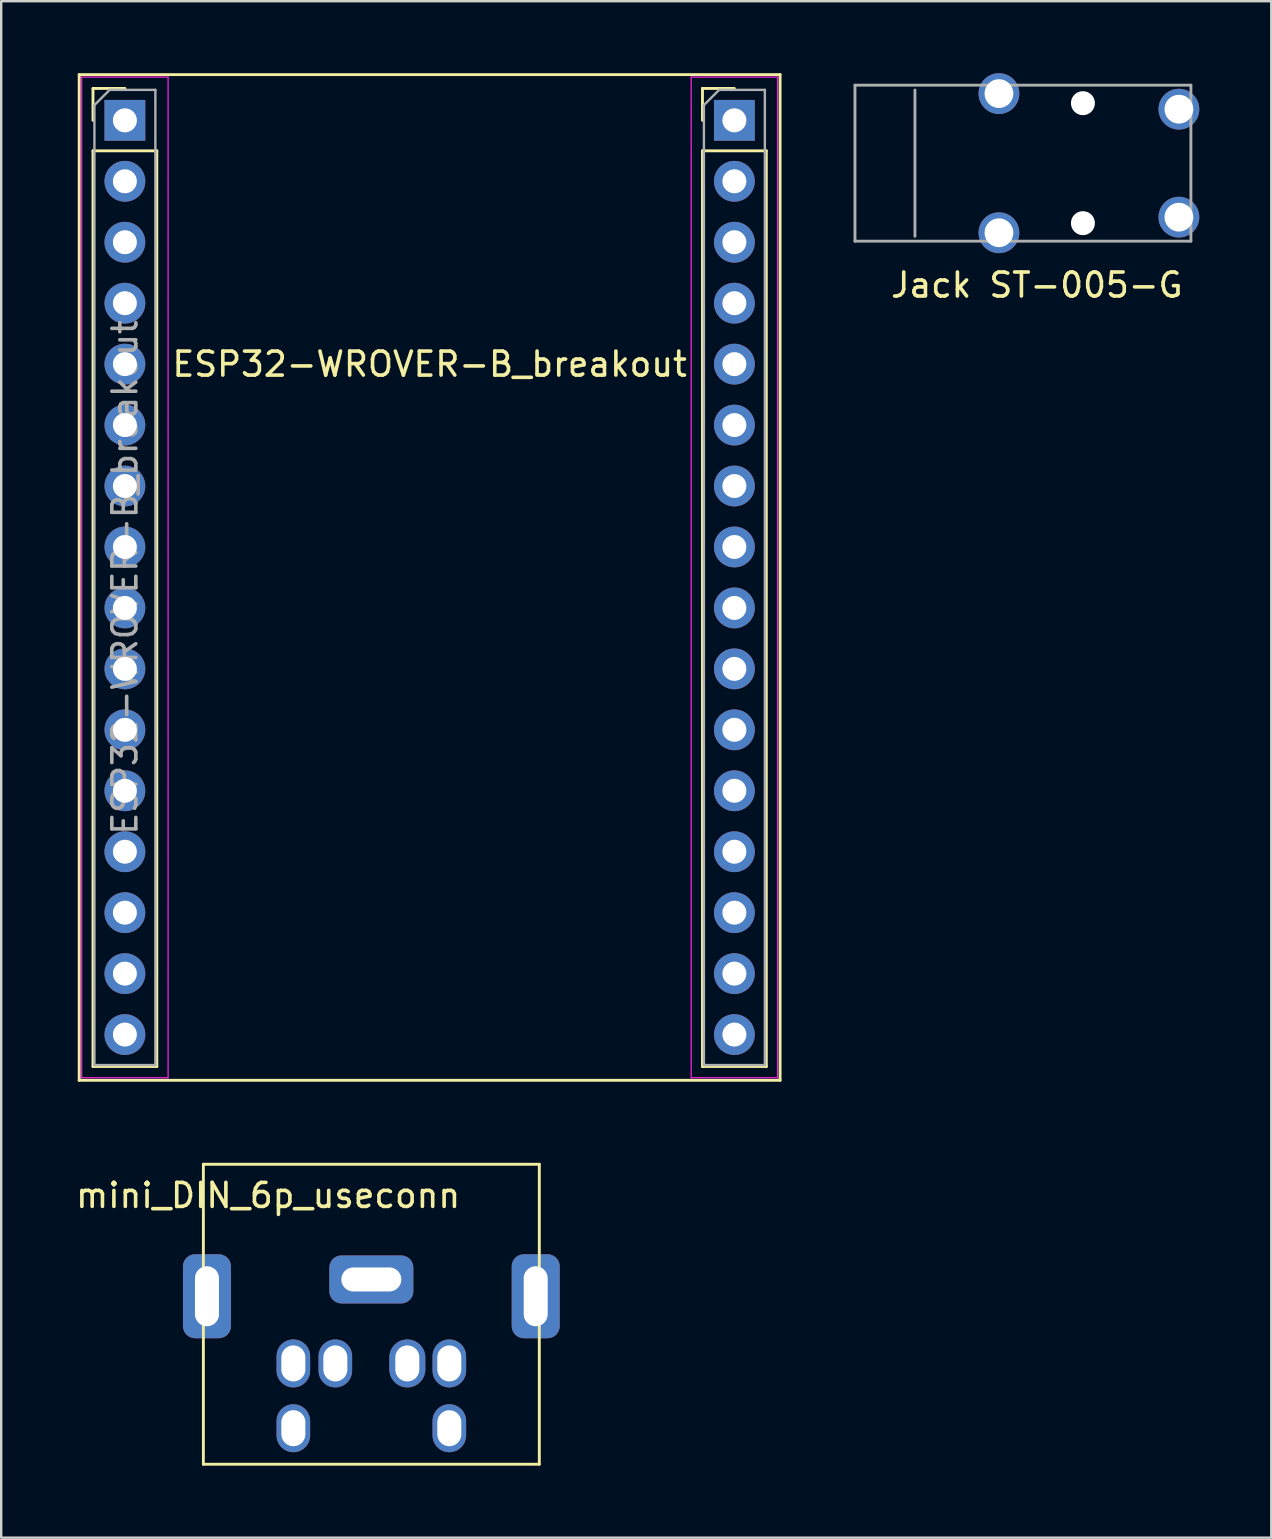
<source format=kicad_pcb>
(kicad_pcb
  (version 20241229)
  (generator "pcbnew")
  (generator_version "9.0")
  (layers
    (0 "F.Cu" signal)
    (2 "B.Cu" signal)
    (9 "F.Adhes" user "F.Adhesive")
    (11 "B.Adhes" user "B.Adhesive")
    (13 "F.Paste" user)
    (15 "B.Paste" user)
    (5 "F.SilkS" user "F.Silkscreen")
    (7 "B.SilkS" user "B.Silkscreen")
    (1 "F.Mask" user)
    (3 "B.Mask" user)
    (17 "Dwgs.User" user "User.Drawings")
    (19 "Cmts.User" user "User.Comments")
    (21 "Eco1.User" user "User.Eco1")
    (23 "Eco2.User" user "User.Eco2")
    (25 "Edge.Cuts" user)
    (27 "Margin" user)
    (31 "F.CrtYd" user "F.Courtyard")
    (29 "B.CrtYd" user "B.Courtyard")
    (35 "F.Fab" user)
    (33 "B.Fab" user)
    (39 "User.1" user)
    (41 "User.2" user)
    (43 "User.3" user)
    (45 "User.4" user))
  (footprint "ESP32-WROVER-B_breakout"
    (layer "F.Cu")
    (at 0.25 41.97)
    (property "Reference" "ESP32-WROVER-B_breakout" (at 14.605 -29.845 0) (layer "F.SilkS") (effects (font (size 1 1) (thickness 0.15))))
    (attr through_hole)
    (fp_line (start 0 -41.91) (end 29.21 -41.91) (stroke (width 0.12) (type solid)) (layer "F.SilkS"))
    (fp_line (start 0 0) (end 0 -41.91) (stroke (width 0.12) (type solid)) (layer "F.SilkS"))
    (fp_line (start 0.575 -41.335) (end 1.905 -41.335) (stroke (width 0.12) (type solid)) (layer "F.SilkS"))
    (fp_line (start 0.575 -40.005) (end 0.575 -41.335) (stroke (width 0.12) (type solid)) (layer "F.SilkS"))
    (fp_line (start 0.575 -38.735) (end 0.575 -0.575) (stroke (width 0.12) (type solid)) (layer "F.SilkS"))
    (fp_line (start 0.575 -38.735) (end 3.235 -38.735) (stroke (width 0.12) (type solid)) (layer "F.SilkS"))
    (fp_line (start 0.575 -0.575) (end 3.235 -0.575) (stroke (width 0.12) (type solid)) (layer "F.SilkS"))
    (fp_line (start 3.235 -38.735) (end 3.235 -0.575) (stroke (width 0.12) (type solid)) (layer "F.SilkS"))
    (fp_line (start 25.975 -41.335) (end 27.305 -41.335) (stroke (width 0.12) (type solid)) (layer "F.SilkS"))
    (fp_line (start 25.975 -40.005) (end 25.975 -41.335) (stroke (width 0.12) (type solid)) (layer "F.SilkS"))
    (fp_line (start 25.975 -38.735) (end 25.975 -0.575) (stroke (width 0.12) (type solid)) (layer "F.SilkS"))
    (fp_line (start 25.975 -38.735) (end 28.635 -38.735) (stroke (width 0.12) (type solid)) (layer "F.SilkS"))
    (fp_line (start 25.975 -0.575) (end 28.635 -0.575) (stroke (width 0.12) (type solid)) (layer "F.SilkS"))
    (fp_line (start 28.635 -38.735) (end 28.635 -0.575) (stroke (width 0.12) (type solid)) (layer "F.SilkS"))
    (fp_line (start 29.21 -41.91) (end 29.21 0) (stroke (width 0.12) (type solid)) (layer "F.SilkS"))
    (fp_line (start 29.21 0) (end 0 0) (stroke (width 0.12) (type solid)) (layer "F.SilkS"))
    (fp_line (start 0.105 -41.805) (end 0.105 -0.105) (stroke (width 0.05) (type solid)) (layer "F.CrtYd"))
    (fp_line (start 0.105 -0.105) (end 3.705 -0.105) (stroke (width 0.05) (type solid)) (layer "F.CrtYd"))
    (fp_line (start 3.705 -41.805) (end 0.105 -41.805) (stroke (width 0.05) (type solid)) (layer "F.CrtYd"))
    (fp_line (start 3.705 -0.105) (end 3.705 -41.805) (stroke (width 0.05) (type solid)) (layer "F.CrtYd"))
    (fp_line (start 25.505 -41.805) (end 25.505 -0.105) (stroke (width 0.05) (type solid)) (layer "F.CrtYd"))
    (fp_line (start 25.505 -0.105) (end 29.105 -0.105) (stroke (width 0.05) (type solid)) (layer "F.CrtYd"))
    (fp_line (start 29.105 -41.805) (end 25.505 -41.805) (stroke (width 0.05) (type solid)) (layer "F.CrtYd"))
    (fp_line (start 29.105 -0.105) (end 29.105 -41.805) (stroke (width 0.05) (type solid)) (layer "F.CrtYd"))
    (fp_line (start 0.635 -40.64) (end 1.27 -41.275) (stroke (width 0.1) (type solid)) (layer "F.Fab"))
    (fp_line (start 0.635 -0.635) (end 0.635 -40.64) (stroke (width 0.1) (type solid)) (layer "F.Fab"))
    (fp_line (start 1.27 -41.275) (end 3.175 -41.275) (stroke (width 0.1) (type solid)) (layer "F.Fab"))
    (fp_line (start 3.175 -41.275) (end 3.175 -0.635) (stroke (width 0.1) (type solid)) (layer "F.Fab"))
    (fp_line (start 3.175 -0.635) (end 0.635 -0.635) (stroke (width 0.1) (type solid)) (layer "F.Fab"))
    (fp_line (start 26.035 -40.64) (end 26.67 -41.275) (stroke (width 0.1) (type solid)) (layer "F.Fab"))
    (fp_line (start 26.035 -0.635) (end 26.035 -40.64) (stroke (width 0.1) (type solid)) (layer "F.Fab"))
    (fp_line (start 26.67 -41.275) (end 28.575 -41.275) (stroke (width 0.1) (type solid)) (layer "F.Fab"))
    (fp_line (start 28.575 -41.275) (end 28.575 -0.635) (stroke (width 0.1) (type solid)) (layer "F.Fab"))
    (fp_line (start 28.575 -0.635) (end 26.035 -0.635) (stroke (width 0.1) (type solid)) (layer "F.Fab"))
    (fp_text user "${REFERENCE}" (at 1.905 -20.955 90) (layer "F.Fab") (effects (font (size 1 1) (thickness 0.15))))
    (pad "1" thru_hole rect (at 1.905 -40.005) (size 1.7 1.7) (drill 1) (layers "*.Cu" "*.Mask"))
    (pad "1" thru_hole oval (at 1.905 -4.445) (size 1.7 1.7) (drill 1) (layers "*.Cu" "*.Mask"))
    (pad "1" thru_hole rect (at 27.305 -40.005) (size 1.7 1.7) (drill 1) (layers "*.Cu" "*.Mask"))
    (pad "1" thru_hole oval (at 27.305 -24.765) (size 1.7 1.7) (drill 1) (layers "*.Cu" "*.Mask"))
    (pad "1" thru_hole oval (at 27.305 -14.605) (size 1.7 1.7) (drill 1) (layers "*.Cu" "*.Mask"))
    (pad "1" thru_hole oval (at 27.305 -12.065) (size 1.7 1.7) (drill 1) (layers "*.Cu" "*.Mask"))
    (pad "2" thru_hole oval (at 1.905 -37.465) (size 1.7 1.7) (drill 1) (layers "*.Cu" "*.Mask"))
    (pad "3" thru_hole oval (at 1.905 -34.925) (size 1.7 1.7) (drill 1) (layers "*.Cu" "*.Mask"))
    (pad "4" thru_hole oval (at 1.905 -32.385) (size 1.7 1.7) (drill 1) (layers "*.Cu" "*.Mask"))
    (pad "5" thru_hole oval (at 1.905 -29.845) (size 1.7 1.7) (drill 1) (layers "*.Cu" "*.Mask"))
    (pad "6" thru_hole oval (at 1.905 -27.305) (size 1.7 1.7) (drill 1) (layers "*.Cu" "*.Mask"))
    (pad "7" thru_hole oval (at 1.905 -24.765) (size 1.7 1.7) (drill 1) (layers "*.Cu" "*.Mask"))
    (pad "8" thru_hole oval (at 1.905 -22.225) (size 1.7 1.7) (drill 1) (layers "*.Cu" "*.Mask"))
    (pad "9" thru_hole oval (at 1.905 -19.685) (size 1.7 1.7) (drill 1) (layers "*.Cu" "*.Mask"))
    (pad "10" thru_hole oval (at 1.905 -17.145) (size 1.7 1.7) (drill 1) (layers "*.Cu" "*.Mask"))
    (pad "11" thru_hole oval (at 1.905 -14.605) (size 1.7 1.7) (drill 1) (layers "*.Cu" "*.Mask"))
    (pad "12" thru_hole oval (at 1.905 -12.065) (size 1.7 1.7) (drill 1) (layers "*.Cu" "*.Mask"))
    (pad "13" thru_hole oval (at 1.905 -9.525) (size 1.7 1.7) (drill 1) (layers "*.Cu" "*.Mask"))
    (pad "14" thru_hole oval (at 1.905 -6.985) (size 1.7 1.7) (drill 1) (layers "*.Cu" "*.Mask"))
    (pad "15" thru_hole oval (at 1.905 -1.905) (size 1.7 1.7) (drill 1) (layers "*.Cu" "*.Mask"))
    (pad "16" thru_hole oval (at 27.305 -37.465) (size 1.7 1.7) (drill 1) (layers "*.Cu" "*.Mask"))
    (pad "17" thru_hole oval (at 27.305 -34.925) (size 1.7 1.7) (drill 1) (layers "*.Cu" "*.Mask"))
    (pad "18" thru_hole oval (at 27.305 -32.385) (size 1.7 1.7) (drill 1) (layers "*.Cu" "*.Mask"))
    (pad "19" thru_hole oval (at 27.305 -29.845) (size 1.7 1.7) (drill 1) (layers "*.Cu" "*.Mask"))
    (pad "20" thru_hole oval (at 27.305 -27.305) (size 1.7 1.7) (drill 1) (layers "*.Cu" "*.Mask"))
    (pad "21" thru_hole oval (at 27.305 -22.225) (size 1.7 1.7) (drill 1) (layers "*.Cu" "*.Mask"))
    (pad "22" thru_hole oval (at 27.305 -19.685) (size 1.7 1.7) (drill 1) (layers "*.Cu" "*.Mask"))
    (pad "23" thru_hole oval (at 27.305 -17.145) (size 1.7 1.7) (drill 1) (layers "*.Cu" "*.Mask"))
    (pad "24" thru_hole oval (at 27.305 -9.525) (size 1.7 1.7) (drill 1) (layers "*.Cu" "*.Mask"))
    (pad "25" thru_hole oval (at 27.305 -6.985) (size 1.7 1.7) (drill 1) (layers "*.Cu" "*.Mask"))
    (pad "26" thru_hole oval (at 27.305 -4.445) (size 1.7 1.7) (drill 1) (layers "*.Cu" "*.Mask"))
    (pad "27" thru_hole oval (at 27.305 -1.905) (size 1.7 1.7) (drill 1) (layers "*.Cu" "*.Mask")))
  (footprint "mini_DIN_6p_useconn"
    (layer "F.Cu")
    (at 5.425 45.47)
    (property "Reference" "mini_DIN_6p_useconn" (at 2.7 1.3 0) (layer "F.SilkS") (effects (font (size 1 1) (thickness 0.15))))
    (attr through_hole)
    (fp_line (start 0 0) (end 0 12.5) (stroke (width 0.12) (type solid)) (layer "F.SilkS"))
    (fp_line (start 0 0) (end 14 0) (stroke (width 0.12) (type solid)) (layer "F.SilkS"))
    (fp_line (start 14 0) (end 14 12.5) (stroke (width 0.12) (type solid)) (layer "F.SilkS"))
    (fp_line (start 14 12.5) (end 0 12.5) (stroke (width 0.12) (type solid)) (layer "F.SilkS"))
    (pad "1" thru_hole oval (at 5.5 8.3 90) (size 2 1.4) (drill oval 1.5 1) (layers "*.Cu" "*.Mask"))
    (pad "2" thru_hole oval (at 8.5 8.3 90) (size 2 1.5) (drill oval 1.5 1) (layers "*.Cu" "*.Mask"))
    (pad "3" thru_hole roundrect (at 0.15 5.5 90) (size 3.5 2) (drill oval 2.5 1) (layers "*.Cu" "*.Mask") (roundrect_rratio 0.25))
    (pad "3" thru_hole oval (at 3.75 8.3 90) (size 2 1.4) (drill oval 1.5 1) (layers "*.Cu" "*.Mask"))
    (pad "3" thru_hole roundrect (at 7 4.8) (size 3.5 2) (drill oval 2.5 1) (layers "*.Cu" "*.Mask") (roundrect_rratio 0.25))
    (pad "3" thru_hole roundrect (at 13.85 5.5 90) (size 3.5 2) (drill oval 2.5 1) (layers "*.Cu" "*.Mask") (roundrect_rratio 0.25))
    (pad "4" thru_hole oval (at 10.25 8.3 90) (size 2 1.4) (drill oval 1.5 1) (layers "*.Cu" "*.Mask"))
    (pad "5" thru_hole oval (at 3.75 11 90) (size 2 1.4) (drill oval 1.5 1) (layers "*.Cu" "*.Mask"))
    (pad "6" thru_hole oval (at 10.25 11 90) (size 2 1.4) (drill oval 1.5 1) (layers "*.Cu" "*.Mask")))
  (footprint "Jack ST-005-G"
    (layer "F.Cu")
    (at 35.08 3.75)
    (property "Reference" "Jack ST-005-G" (at 5.08 5.08 0) (layer "F.SilkS") (effects (font (size 1 1) (thickness 0.15))))
    (attr through_hole)
    (fp_line (start -2.5 -3.25) (end -2.5 3.25) (stroke (width 0.12) (type solid)) (layer "F.Fab"))
    (fp_line (start -2.5 -3.25) (end 11.5 -3.25) (stroke (width 0.12) (type solid)) (layer "F.Fab"))
    (fp_line (start 0 -3.048) (end 0 3.048) (stroke (width 0.12) (type solid)) (layer "F.Fab"))
    (fp_line (start 11.5 -3.25) (end 11.5 3.25) (stroke (width 0.12) (type solid)) (layer "F.Fab"))
    (fp_line (start 11.5 3.25) (end -2.5 3.25) (stroke (width 0.12) (type solid)) (layer "F.Fab"))
    (pad "" np_thru_hole circle (at 7 -2.5) (size 1 1) (drill 1) (layers "*.Cu" "*.Mask"))
    (pad "" np_thru_hole circle (at 7 2.5) (size 1 1) (drill 1) (layers "*.Cu" "*.Mask"))
    (pad "G" thru_hole circle (at 11 2.25) (size 1.7 1.7) (drill 1.2) (layers "*.Cu" "*.Mask"))
    (pad "S" thru_hole circle (at 3.5 -2.9) (size 1.7 1.7) (drill 1.2) (layers "*.Cu" "*.Mask"))
    (pad "S" thru_hole circle (at 3.5 2.9) (size 1.7 1.7) (drill 1.2) (layers "*.Cu" "*.Mask"))
    (pad "T" thru_hole circle (at 11 -2.25) (size 1.7 1.7) (drill 1.2) (layers "*.Cu" "*.Mask")))
  (gr_rect
    (start -3 -3)
    (end 49.93 61.03)
    (stroke (width 0.1) (type default))
    (fill no)
    (layer "Edge.Cuts")))
</source>
